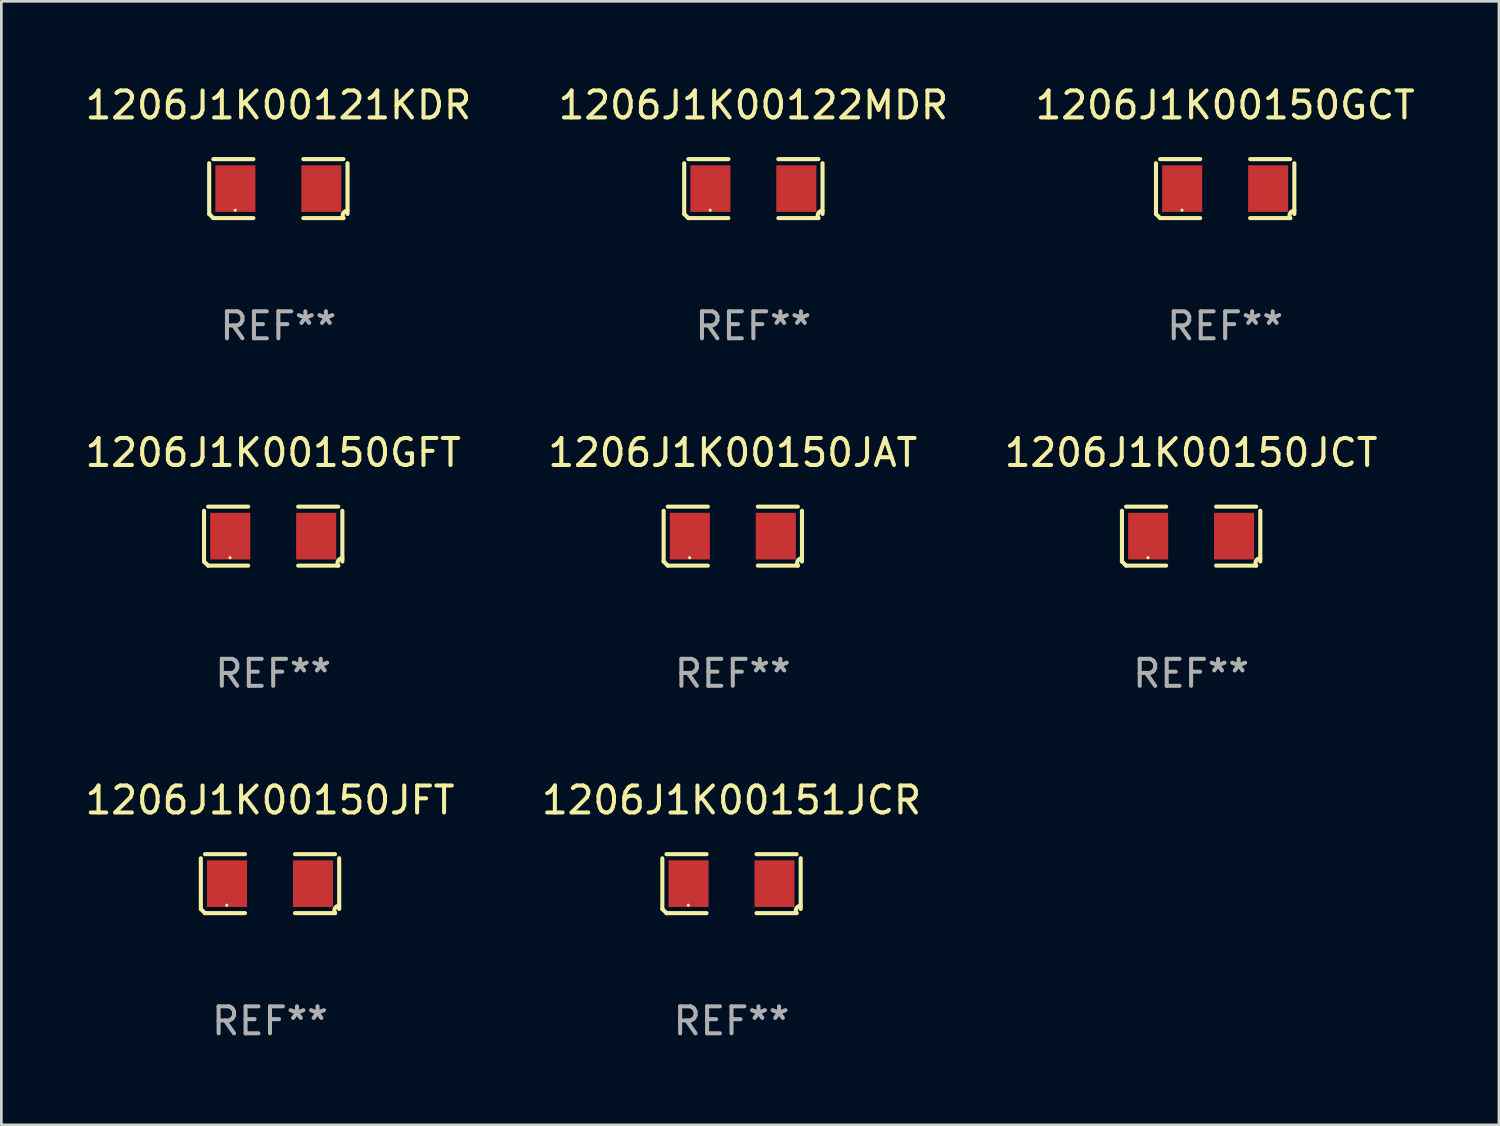
<source format=kicad_pcb>
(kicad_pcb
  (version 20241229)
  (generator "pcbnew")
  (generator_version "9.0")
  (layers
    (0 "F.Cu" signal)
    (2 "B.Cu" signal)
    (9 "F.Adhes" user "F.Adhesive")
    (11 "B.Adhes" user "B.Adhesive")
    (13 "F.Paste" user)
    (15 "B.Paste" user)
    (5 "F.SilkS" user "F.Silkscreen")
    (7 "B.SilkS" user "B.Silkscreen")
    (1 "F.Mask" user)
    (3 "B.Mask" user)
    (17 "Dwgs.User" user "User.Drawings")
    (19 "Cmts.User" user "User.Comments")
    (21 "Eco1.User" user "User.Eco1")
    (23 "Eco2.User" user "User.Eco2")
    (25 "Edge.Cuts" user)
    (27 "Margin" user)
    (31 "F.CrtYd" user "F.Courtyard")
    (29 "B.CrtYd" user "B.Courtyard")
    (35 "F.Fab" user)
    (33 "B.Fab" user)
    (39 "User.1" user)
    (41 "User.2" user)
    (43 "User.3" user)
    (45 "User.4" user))
  (footprint "1206J1K00122MDR"
    (layer "F.Cu")
    (at 24.875 3.941)
    (property "Reference" "1206J1K00122MDR" (at 0 -3.093 0) (layer "F.SilkS") (effects (font (size 1 1) (thickness 0.15))))
    (attr through_hole)
    (fp_line (start -2.564 0.94) (end -2.564 -0.94) (stroke (width 0.152) (type solid)) (layer "F.SilkS"))
    (fp_line (start -2.411 -1.093) (end -0.926 -1.093) (stroke (width 0.152) (type solid)) (layer "F.SilkS"))
    (fp_line (start -0.926 1.093) (end -2.411 1.093) (stroke (width 0.152) (type solid)) (layer "F.SilkS"))
    (fp_line (start 0.926 1.093) (end 2.411 1.093) (stroke (width 0.152) (type solid)) (layer "F.SilkS"))
    (fp_line (start 2.411 -1.093) (end 0.926 -1.093) (stroke (width 0.152) (type solid)) (layer "F.SilkS"))
    (fp_line (start 2.564 0.94) (end 2.564 -0.94) (stroke (width 0.152) (type solid)) (layer "F.SilkS"))
    (fp_arc (start -2.411201 1.092609) (mid -2.487413 1.01642) (end -2.563602 0.940208) (stroke (width 0.1524) (type solid)) (layer "F.SilkS"))
    (fp_arc (start 2.411201 1.092609) (mid 2.407159 0.911226) (end 2.563602 0.819347) (stroke (width 0.1524) (type solid)) (layer "F.SilkS"))
    (fp_circle (center -1.6 0.8) (end -1.57 0.8) (stroke (width 0.06) (type solid)) (fill no) (layer "F.SilkS"))
    (fp_text user "REF**" (at 0 5.093 0) (layer "F.Fab") (effects (font (size 1 1) (thickness 0.15))))
    (pad "1" smd rect (at -1.593 0) (size 1.485 1.728) (layers "F.Cu" "F.Mask" "F.Paste"))
    (pad "2" smd rect (at 1.593 0) (size 1.485 1.728) (layers "F.Cu" "F.Mask" "F.Paste")))
  (footprint "1206J1K00151JCR"
    (layer "F.Cu")
    (at 24.065 29.704)
    (property "Reference" "1206J1K00151JCR" (at 0 -3.093 0) (layer "F.SilkS") (effects (font (size 1 1) (thickness 0.15))))
    (attr through_hole)
    (fp_line (start -2.564 0.94) (end -2.564 -0.94) (stroke (width 0.152) (type solid)) (layer "F.SilkS"))
    (fp_line (start -2.411 -1.093) (end -0.926 -1.093) (stroke (width 0.152) (type solid)) (layer "F.SilkS"))
    (fp_line (start -0.926 1.093) (end -2.411 1.093) (stroke (width 0.152) (type solid)) (layer "F.SilkS"))
    (fp_line (start 0.926 1.093) (end 2.411 1.093) (stroke (width 0.152) (type solid)) (layer "F.SilkS"))
    (fp_line (start 2.411 -1.093) (end 0.926 -1.093) (stroke (width 0.152) (type solid)) (layer "F.SilkS"))
    (fp_line (start 2.564 0.94) (end 2.564 -0.94) (stroke (width 0.152) (type solid)) (layer "F.SilkS"))
    (fp_arc (start -2.411201 1.092609) (mid -2.487413 1.01642) (end -2.563602 0.940208) (stroke (width 0.1524) (type solid)) (layer "F.SilkS"))
    (fp_arc (start 2.411201 1.092609) (mid 2.407159 0.911226) (end 2.563602 0.819347) (stroke (width 0.1524) (type solid)) (layer "F.SilkS"))
    (fp_circle (center -1.6 0.8) (end -1.57 0.8) (stroke (width 0.06) (type solid)) (fill no) (layer "F.SilkS"))
    (fp_text user "REF**" (at 0 5.093 0) (layer "F.Fab") (effects (font (size 1 1) (thickness 0.15))))
    (pad "1" smd rect (at -1.593 0) (size 1.485 1.728) (layers "F.Cu" "F.Mask" "F.Paste"))
    (pad "2" smd rect (at 1.593 0) (size 1.485 1.728) (layers "F.Cu" "F.Mask" "F.Paste")))
  (footprint "1206J1K00150JCT"
    (layer "F.Cu")
    (at 41.101 16.823)
    (property "Reference" "1206J1K00150JCT" (at 0 -3.093 0) (layer "F.SilkS") (effects (font (size 1 1) (thickness 0.15))))
    (attr through_hole)
    (fp_line (start -2.564 0.94) (end -2.564 -0.94) (stroke (width 0.152) (type solid)) (layer "F.SilkS"))
    (fp_line (start -2.411 -1.093) (end -0.926 -1.093) (stroke (width 0.152) (type solid)) (layer "F.SilkS"))
    (fp_line (start -0.926 1.093) (end -2.411 1.093) (stroke (width 0.152) (type solid)) (layer "F.SilkS"))
    (fp_line (start 0.926 1.093) (end 2.411 1.093) (stroke (width 0.152) (type solid)) (layer "F.SilkS"))
    (fp_line (start 2.411 -1.093) (end 0.926 -1.093) (stroke (width 0.152) (type solid)) (layer "F.SilkS"))
    (fp_line (start 2.564 0.94) (end 2.564 -0.94) (stroke (width 0.152) (type solid)) (layer "F.SilkS"))
    (fp_arc (start -2.411201 1.092609) (mid -2.487413 1.01642) (end -2.563602 0.940208) (stroke (width 0.1524) (type solid)) (layer "F.SilkS"))
    (fp_arc (start 2.411201 1.092609) (mid 2.407159 0.911226) (end 2.563602 0.819347) (stroke (width 0.1524) (type solid)) (layer "F.SilkS"))
    (fp_circle (center -1.6 0.8) (end -1.57 0.8) (stroke (width 0.06) (type solid)) (fill no) (layer "F.SilkS"))
    (fp_text user "REF**" (at 0 5.093 0) (layer "F.Fab") (effects (font (size 1 1) (thickness 0.15))))
    (pad "1" smd rect (at -1.593 0) (size 1.485 1.728) (layers "F.Cu" "F.Mask" "F.Paste"))
    (pad "2" smd rect (at 1.593 0) (size 1.485 1.728) (layers "F.Cu" "F.Mask" "F.Paste")))
  (footprint "1206J1K00150JFT"
    (layer "F.Cu")
    (at 6.958 29.704)
    (property "Reference" "1206J1K00150JFT" (at 0 -3.093 0) (layer "F.SilkS") (effects (font (size 1 1) (thickness 0.15))))
    (attr through_hole)
    (fp_line (start -2.564 0.94) (end -2.564 -0.94) (stroke (width 0.152) (type solid)) (layer "F.SilkS"))
    (fp_line (start -2.411 -1.093) (end -0.926 -1.093) (stroke (width 0.152) (type solid)) (layer "F.SilkS"))
    (fp_line (start -0.926 1.093) (end -2.411 1.093) (stroke (width 0.152) (type solid)) (layer "F.SilkS"))
    (fp_line (start 0.926 1.093) (end 2.411 1.093) (stroke (width 0.152) (type solid)) (layer "F.SilkS"))
    (fp_line (start 2.411 -1.093) (end 0.926 -1.093) (stroke (width 0.152) (type solid)) (layer "F.SilkS"))
    (fp_line (start 2.564 0.94) (end 2.564 -0.94) (stroke (width 0.152) (type solid)) (layer "F.SilkS"))
    (fp_arc (start -2.411201 1.092609) (mid -2.487413 1.01642) (end -2.563602 0.940208) (stroke (width 0.1524) (type solid)) (layer "F.SilkS"))
    (fp_arc (start 2.411201 1.092609) (mid 2.407159 0.911226) (end 2.563602 0.819347) (stroke (width 0.1524) (type solid)) (layer "F.SilkS"))
    (fp_circle (center -1.6 0.8) (end -1.57 0.8) (stroke (width 0.06) (type solid)) (fill no) (layer "F.SilkS"))
    (fp_text user "REF**" (at 0 5.093 0) (layer "F.Fab") (effects (font (size 1 1) (thickness 0.15))))
    (pad "1" smd rect (at -1.593 0) (size 1.485 1.728) (layers "F.Cu" "F.Mask" "F.Paste"))
    (pad "2" smd rect (at 1.593 0) (size 1.485 1.728) (layers "F.Cu" "F.Mask" "F.Paste")))
  (footprint "1206J1K00121KDR"
    (layer "F.Cu")
    (at 7.268 3.941)
    (property "Reference" "1206J1K00121KDR" (at 0 -3.093 0) (layer "F.SilkS") (effects (font (size 1 1) (thickness 0.15))))
    (attr through_hole)
    (fp_line (start -2.564 0.94) (end -2.564 -0.94) (stroke (width 0.152) (type solid)) (layer "F.SilkS"))
    (fp_line (start -2.411 -1.093) (end -0.926 -1.093) (stroke (width 0.152) (type solid)) (layer "F.SilkS"))
    (fp_line (start -0.926 1.093) (end -2.411 1.093) (stroke (width 0.152) (type solid)) (layer "F.SilkS"))
    (fp_line (start 0.926 1.093) (end 2.411 1.093) (stroke (width 0.152) (type solid)) (layer "F.SilkS"))
    (fp_line (start 2.411 -1.093) (end 0.926 -1.093) (stroke (width 0.152) (type solid)) (layer "F.SilkS"))
    (fp_line (start 2.564 0.94) (end 2.564 -0.94) (stroke (width 0.152) (type solid)) (layer "F.SilkS"))
    (fp_arc (start -2.411201 1.092609) (mid -2.487413 1.01642) (end -2.563602 0.940208) (stroke (width 0.1524) (type solid)) (layer "F.SilkS"))
    (fp_arc (start 2.411201 1.092609) (mid 2.407159 0.911226) (end 2.563602 0.819347) (stroke (width 0.1524) (type solid)) (layer "F.SilkS"))
    (fp_circle (center -1.6 0.8) (end -1.57 0.8) (stroke (width 0.06) (type solid)) (fill no) (layer "F.SilkS"))
    (fp_text user "REF**" (at 0 5.093 0) (layer "F.Fab") (effects (font (size 1 1) (thickness 0.15))))
    (pad "1" smd rect (at -1.593 0) (size 1.485 1.728) (layers "F.Cu" "F.Mask" "F.Paste"))
    (pad "2" smd rect (at 1.593 0) (size 1.485 1.728) (layers "F.Cu" "F.Mask" "F.Paste")))
  (footprint "1206J1K00150GCT"
    (layer "F.Cu")
    (at 42.363 3.941)
    (property "Reference" "1206J1K00150GCT" (at 0 -3.093 0) (layer "F.SilkS") (effects (font (size 1 1) (thickness 0.15))))
    (attr through_hole)
    (fp_line (start -2.564 0.94) (end -2.564 -0.94) (stroke (width 0.152) (type solid)) (layer "F.SilkS"))
    (fp_line (start -2.411 -1.093) (end -0.926 -1.093) (stroke (width 0.152) (type solid)) (layer "F.SilkS"))
    (fp_line (start -0.926 1.093) (end -2.411 1.093) (stroke (width 0.152) (type solid)) (layer "F.SilkS"))
    (fp_line (start 0.926 1.093) (end 2.411 1.093) (stroke (width 0.152) (type solid)) (layer "F.SilkS"))
    (fp_line (start 2.411 -1.093) (end 0.926 -1.093) (stroke (width 0.152) (type solid)) (layer "F.SilkS"))
    (fp_line (start 2.564 0.94) (end 2.564 -0.94) (stroke (width 0.152) (type solid)) (layer "F.SilkS"))
    (fp_arc (start -2.411201 1.092609) (mid -2.487413 1.01642) (end -2.563602 0.940208) (stroke (width 0.1524) (type solid)) (layer "F.SilkS"))
    (fp_arc (start 2.411201 1.092609) (mid 2.407159 0.911226) (end 2.563602 0.819347) (stroke (width 0.1524) (type solid)) (layer "F.SilkS"))
    (fp_circle (center -1.6 0.8) (end -1.57 0.8) (stroke (width 0.06) (type solid)) (fill no) (layer "F.SilkS"))
    (fp_text user "REF**" (at 0 5.093 0) (layer "F.Fab") (effects (font (size 1 1) (thickness 0.15))))
    (pad "1" smd rect (at -1.593 0) (size 1.485 1.728) (layers "F.Cu" "F.Mask" "F.Paste"))
    (pad "2" smd rect (at 1.593 0) (size 1.485 1.728) (layers "F.Cu" "F.Mask" "F.Paste")))
  (footprint "1206J1K00150JAT"
    (layer "F.Cu")
    (at 24.113 16.823)
    (property "Reference" "1206J1K00150JAT" (at 0 -3.093 0) (layer "F.SilkS") (effects (font (size 1 1) (thickness 0.15))))
    (attr through_hole)
    (fp_line (start -2.564 0.94) (end -2.564 -0.94) (stroke (width 0.152) (type solid)) (layer "F.SilkS"))
    (fp_line (start -2.411 -1.093) (end -0.926 -1.093) (stroke (width 0.152) (type solid)) (layer "F.SilkS"))
    (fp_line (start -0.926 1.093) (end -2.411 1.093) (stroke (width 0.152) (type solid)) (layer "F.SilkS"))
    (fp_line (start 0.926 1.093) (end 2.411 1.093) (stroke (width 0.152) (type solid)) (layer "F.SilkS"))
    (fp_line (start 2.411 -1.093) (end 0.926 -1.093) (stroke (width 0.152) (type solid)) (layer "F.SilkS"))
    (fp_line (start 2.564 0.94) (end 2.564 -0.94) (stroke (width 0.152) (type solid)) (layer "F.SilkS"))
    (fp_arc (start -2.411201 1.092609) (mid -2.487413 1.01642) (end -2.563602 0.940208) (stroke (width 0.1524) (type solid)) (layer "F.SilkS"))
    (fp_arc (start 2.411201 1.092609) (mid 2.407159 0.911226) (end 2.563602 0.819347) (stroke (width 0.1524) (type solid)) (layer "F.SilkS"))
    (fp_circle (center -1.6 0.8) (end -1.57 0.8) (stroke (width 0.06) (type solid)) (fill no) (layer "F.SilkS"))
    (fp_text user "REF**" (at 0 5.093 0) (layer "F.Fab") (effects (font (size 1 1) (thickness 0.15))))
    (pad "1" smd rect (at -1.593 0) (size 1.485 1.728) (layers "F.Cu" "F.Mask" "F.Paste"))
    (pad "2" smd rect (at 1.593 0) (size 1.485 1.728) (layers "F.Cu" "F.Mask" "F.Paste")))
  (footprint "1206J1K00150GFT"
    (layer "F.Cu")
    (at 7.077 16.823)
    (property "Reference" "1206J1K00150GFT" (at 0 -3.093 0) (layer "F.SilkS") (effects (font (size 1 1) (thickness 0.15))))
    (attr through_hole)
    (fp_line (start -2.564 0.94) (end -2.564 -0.94) (stroke (width 0.152) (type solid)) (layer "F.SilkS"))
    (fp_line (start -2.411 -1.093) (end -0.926 -1.093) (stroke (width 0.152) (type solid)) (layer "F.SilkS"))
    (fp_line (start -0.926 1.093) (end -2.411 1.093) (stroke (width 0.152) (type solid)) (layer "F.SilkS"))
    (fp_line (start 0.926 1.093) (end 2.411 1.093) (stroke (width 0.152) (type solid)) (layer "F.SilkS"))
    (fp_line (start 2.411 -1.093) (end 0.926 -1.093) (stroke (width 0.152) (type solid)) (layer "F.SilkS"))
    (fp_line (start 2.564 0.94) (end 2.564 -0.94) (stroke (width 0.152) (type solid)) (layer "F.SilkS"))
    (fp_arc (start -2.411201 1.092609) (mid -2.487413 1.01642) (end -2.563602 0.940208) (stroke (width 0.1524) (type solid)) (layer "F.SilkS"))
    (fp_arc (start 2.411201 1.092609) (mid 2.407159 0.911226) (end 2.563602 0.819347) (stroke (width 0.1524) (type solid)) (layer "F.SilkS"))
    (fp_circle (center -1.6 0.8) (end -1.57 0.8) (stroke (width 0.06) (type solid)) (fill no) (layer "F.SilkS"))
    (fp_text user "REF**" (at 0 5.093 0) (layer "F.Fab") (effects (font (size 1 1) (thickness 0.15))))
    (pad "1" smd rect (at -1.593 0) (size 1.485 1.728) (layers "F.Cu" "F.Mask" "F.Paste"))
    (pad "2" smd rect (at 1.593 0) (size 1.485 1.728) (layers "F.Cu" "F.Mask" "F.Paste")))
  (gr_rect
    (start -3 -3)
    (end 52.512 38.645)
    (stroke (width 0.1) (type default))
    (fill no)
    (layer "Edge.Cuts")))
</source>
